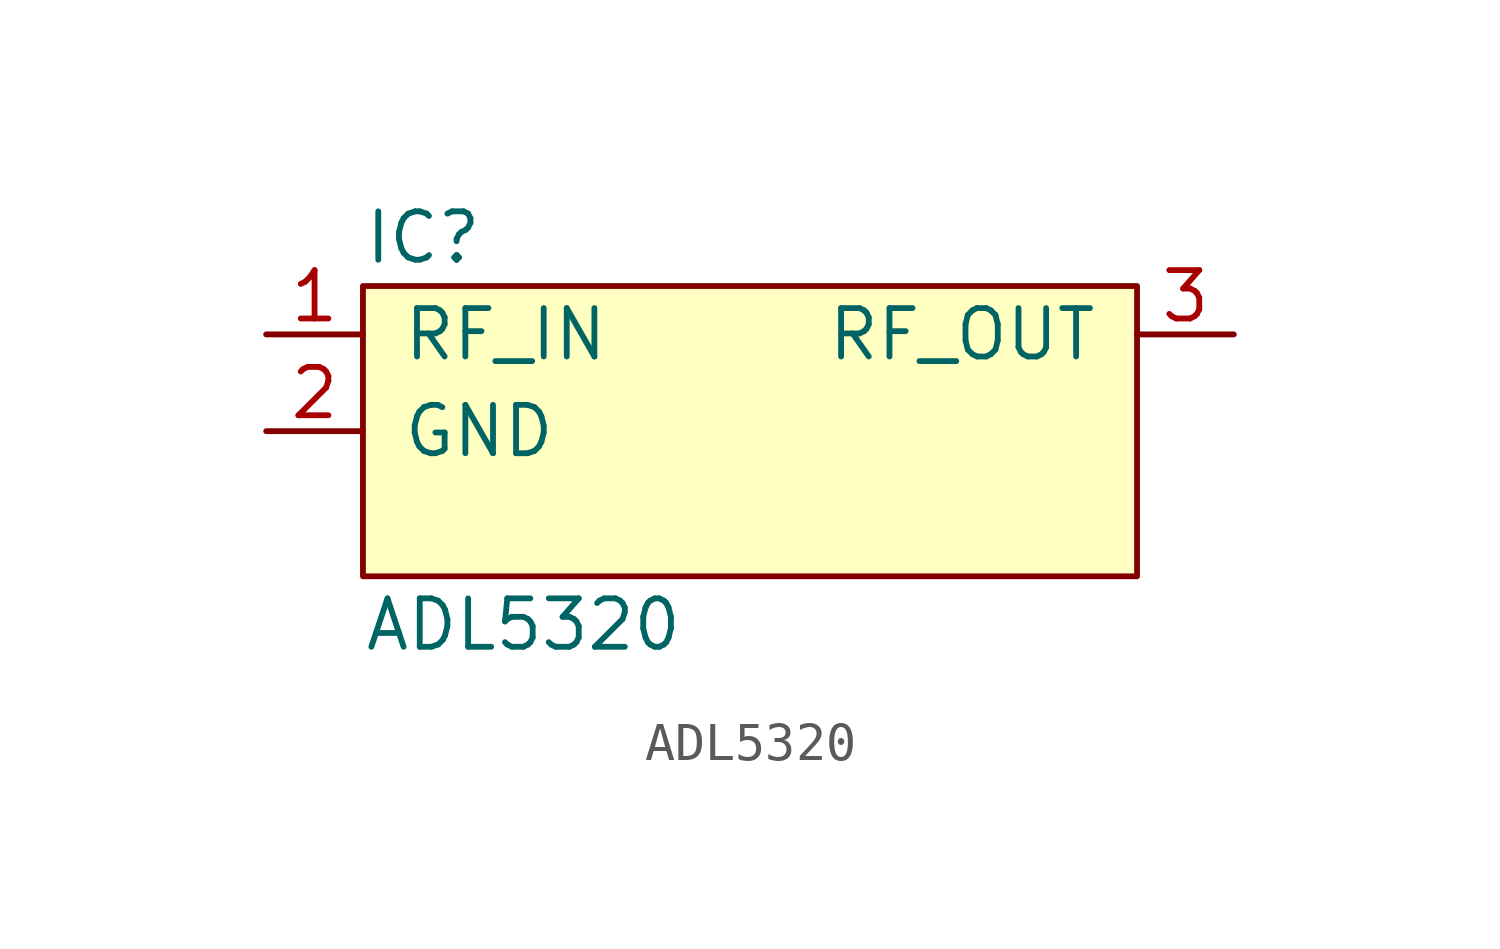
<source format=kicad_sym>
(kicad_symbol_lib
  (version 20211014)
  (generator agg_kicad.build_lib_ic)
  (symbol "ADL5320"
    (pin_names
      (offset 1.016))
    (property Reference IC
      (at -10.16 5.08 0)
      (effects (font (size 1.27 1.27)) (justify left)))
    (property Value "ADL5320"
      (at -10.16 -5.08 0)
      (effects (font (size 1.27 1.27)) (justify left)))
    (symbol "ADL5320_0_0"
      (rectangle (start -10.16 3.81) (end 10.16 -3.81) (stroke (width 0) (type default) (color 0 0 0 0)) (fill (type background)))
      (pin input line (at -12.7 2.54 0) (length 2.54) (name RF_IN (effects (font (size 1.27 1.27)))) (number "1" (effects (font (size 1.27 1.27)))))
      (pin power_in line (at -12.7 0 0) (length 2.54) (name GND (effects (font (size 1.27 1.27)))) (number "2" (effects (font (size 1.27 1.27)))))
      (pin output line (at 12.7 2.54 180) (length 2.54) (name RF_OUT (effects (font (size 1.27 1.27)))) (number "3" (effects (font (size 1.27 1.27))))))))
</source>
